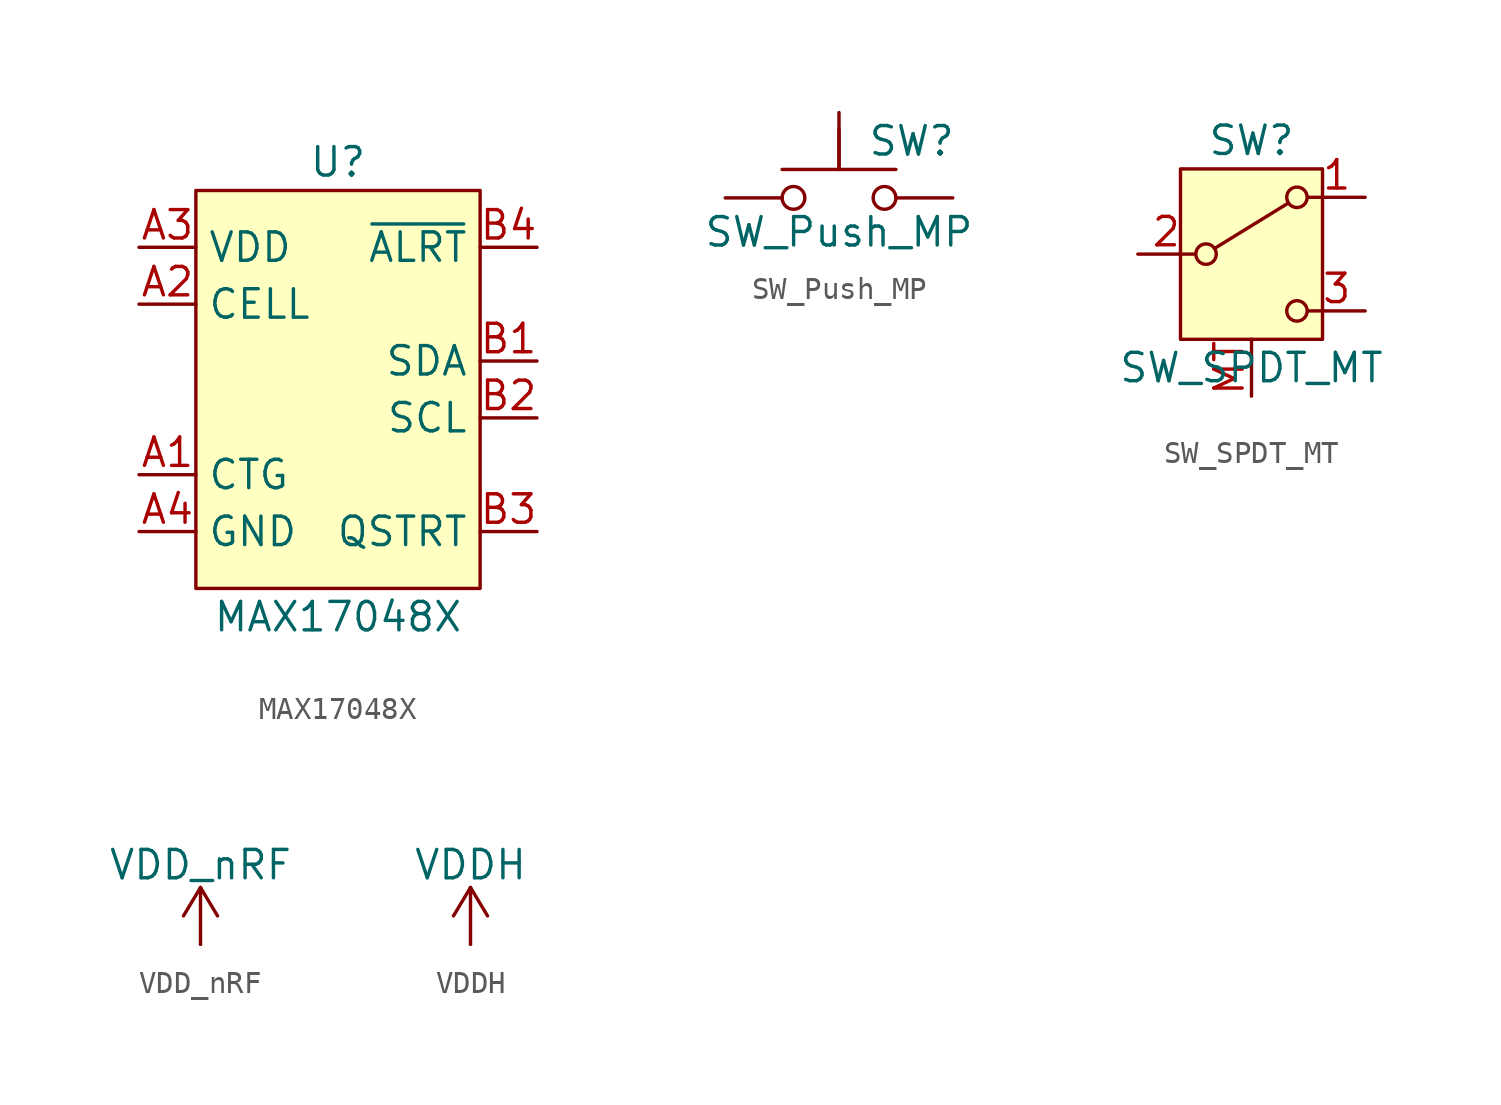
<source format=kicad_sym>
(kicad_symbol_lib
  (version 20241209)
  (generator "kicad_symbol_editor")
  (generator_version "9.0")
  (symbol "MAX17048X"
    (property "Reference" "U"
      (at 0 10.16 0)
      (effects (font (size 1.27 1.27))))
    (property "Value" "MAX17048X"
      (at 0 -10.16 0)
      (effects (font (size 1.27 1.27))))
    (symbol "MAX17048X_0_1"
      (rectangle (start -6.35 8.89) (end 6.35 -8.89) (stroke (width 0.152) (type default)) (fill (type background))))
    (symbol "MAX17048X_1_0"
      (pin power_in line (at -8.89 6.35 0) (length 2.54) (name "VDD" (effects (font (size 1.27 1.27)))) (number "A3" (effects (font (size 1.27 1.27)))))
      (pin power_in line (at -8.89 3.81 0) (length 2.54) (name "CELL" (effects (font (size 1.27 1.27)))) (number "A2" (effects (font (size 1.27 1.27)))))
      (pin power_in line (at -8.89 -3.81 0) (length 2.54) (name "CTG" (effects (font (size 1.27 1.27)))) (number "A1" (effects (font (size 1.27 1.27)))))
      (pin power_in line (at -8.89 -6.35 0) (length 2.54) (name "GND" (effects (font (size 1.27 1.27)))) (number "A4" (effects (font (size 1.27 1.27)))))
      (pin open_collector line (at 8.89 6.35 180) (length 2.54) (name "~{ALRT}" (effects (font (size 1.27 1.27)))) (number "B4" (effects (font (size 1.27 1.27)))))
      (pin bidirectional line (at 8.89 1.27 180) (length 2.54) (name "SDA" (effects (font (size 1.27 1.27)))) (number "B1" (effects (font (size 1.27 1.27)))))
      (pin bidirectional line (at 8.89 -1.27 180) (length 2.54) (name "SCL" (effects (font (size 1.27 1.27)))) (number "B2" (effects (font (size 1.27 1.27)))))
      (pin input line (at 8.89 -6.35 180) (length 2.54) (name "QSTRT" (effects (font (size 1.27 1.27)))) (number "B3" (effects (font (size 1.27 1.27)))))))
  (symbol "SW_Push_MP"
    (pin_numbers
      (hide yes))
    (pin_names
      (offset 1.016)
      (hide yes))
    (property "Reference" "SW"
      (at 1.27 2.54 0)
      (effects (font (size 1.27 1.27)) (justify left)))
    (property "Value" "SW_Push_MP"
      (at 0 -1.524 0)
      (effects (font (size 1.27 1.27))))
    (symbol "SW_Push_MP_0_1"
      (circle (center -2.032 0) (radius 0.508) (stroke (width 0) (type default)) (fill (type none)))
      (polyline (pts (xy 0 1.27) (xy 0 3.048)) (stroke (width 0) (type default)) (fill (type none)))
      (circle (center 2.032 0) (radius 0.508) (stroke (width 0) (type default)) (fill (type none)))
      (polyline (pts (xy 2.54 1.27) (xy -2.54 1.27)) (stroke (width 0) (type default)) (fill (type none)))
      (pin passive line (at -5.08 0 0) (length 2.54) (name "1" (effects (font (size 1.27 1.27)))) (number "1" (effects (font (size 1.27 1.27)))))
      (pin passive line (at 5.08 0 180) (length 2.54) (name "2" (effects (font (size 1.27 1.27)))) (number "2" (effects (font (size 1.27 1.27))))))
    (symbol "SW_Push_MP_1_1"
      (pin passive line (at 0 3.81 270) (length 2.54) (name "" (effects (font (size 1.27 1.27)))) (number "MP" (effects (font (size 1.27 1.27)))))))
  (symbol "SW_SPDT_MT"
    (pin_names
      (offset 0)
      (hide yes))
    (property "Reference" "SW"
      (at 0 5.08 0)
      (effects (font (size 1.27 1.27))))
    (property "Value" "SW_SPDT_MT"
      (at 0 -5.08 0)
      (effects (font (size 1.27 1.27))))
    (symbol "SW_SPDT_MT_0_1"
      (circle (center -2.032 0) (radius 0.457) (stroke (width 0) (type default)) (fill (type none)))
      (polyline (pts (xy -1.651 0.254) (xy 1.651 2.286)) (stroke (width 0) (type default)) (fill (type none)))
      (circle (center 2.032 2.54) (radius 0.457) (stroke (width 0) (type default)) (fill (type none)))
      (circle (center 2.032 -2.54) (radius 0.457) (stroke (width 0) (type default)) (fill (type none))))
    (symbol "SW_SPDT_MT_1_1"
      (rectangle (start -3.175 3.81) (end 3.175 -3.81) (stroke (width 0) (type default)) (fill (type background)))
      (pin passive line (at -5.08 0 0) (length 2.54) (name "B" (effects (font (size 1.27 1.27)))) (number "2" (effects (font (size 1.27 1.27)))))
      (pin passive line (at 0 -6.35 90) (length 2.54) (name "MT" (effects (font (size 1.27 1.27)))) (number "MT" (effects (font (size 1.27 1.27)))))
      (pin passive line (at 5.08 2.54 180) (length 2.54) (name "A" (effects (font (size 1.27 1.27)))) (number "1" (effects (font (size 1.27 1.27)))))
      (pin passive line (at 5.08 -2.54 180) (length 2.54) (name "C" (effects (font (size 1.27 1.27)))) (number "3" (effects (font (size 1.27 1.27)))))))
  (symbol "VDD_nRF"
    (power)
    (pin_numbers
      (hide yes))
    (pin_names
      (offset 0)
      (hide yes))
    (property "Reference" "#PWR"
      (at 0 -3.81 0)
      (effects (font (size 1.27 1.27)) (hide yes)))
    (property "Value" "VDD_nRF"
      (at 0 3.556 0)
      (effects (font (size 1.27 1.27))))
    (symbol "VDD_nRF_0_1"
      (polyline (pts (xy -0.762 1.27) (xy 0 2.54)) (stroke (width 0) (type default)) (fill (type none)))
      (polyline (pts (xy 0 2.54) (xy 0.762 1.27)) (stroke (width 0) (type default)) (fill (type none)))
      (polyline (pts (xy 0 0) (xy 0 2.54)) (stroke (width 0) (type default)) (fill (type none))))
    (symbol "VDD_nRF_1_1"
      (pin power_in line (at 0 0 90) (length 0) (name "~" (effects (font (size 1.27 1.27)))) (number "1" (effects (font (size 1.27 1.27)))))))
  (symbol "VDDH"
    (power)
    (pin_numbers
      (hide yes))
    (pin_names
      (offset 0)
      (hide yes))
    (property "Reference" "#PWR"
      (at 0 -3.81 0)
      (effects (font (size 1.27 1.27)) (hide yes)))
    (property "Value" "VDDH"
      (at 0 3.556 0)
      (effects (font (size 1.27 1.27))))
    (symbol "VDDH_0_1"
      (polyline (pts (xy -0.762 1.27) (xy 0 2.54)) (stroke (width 0) (type default)) (fill (type none)))
      (polyline (pts (xy 0 2.54) (xy 0.762 1.27)) (stroke (width 0) (type default)) (fill (type none)))
      (polyline (pts (xy 0 0) (xy 0 2.54)) (stroke (width 0) (type default)) (fill (type none))))
    (symbol "VDDH_1_1"
      (pin power_in line (at 0 0 90) (length 0) (name "~" (effects (font (size 1.27 1.27)))) (number "1" (effects (font (size 1.27 1.27))))))))
</source>
